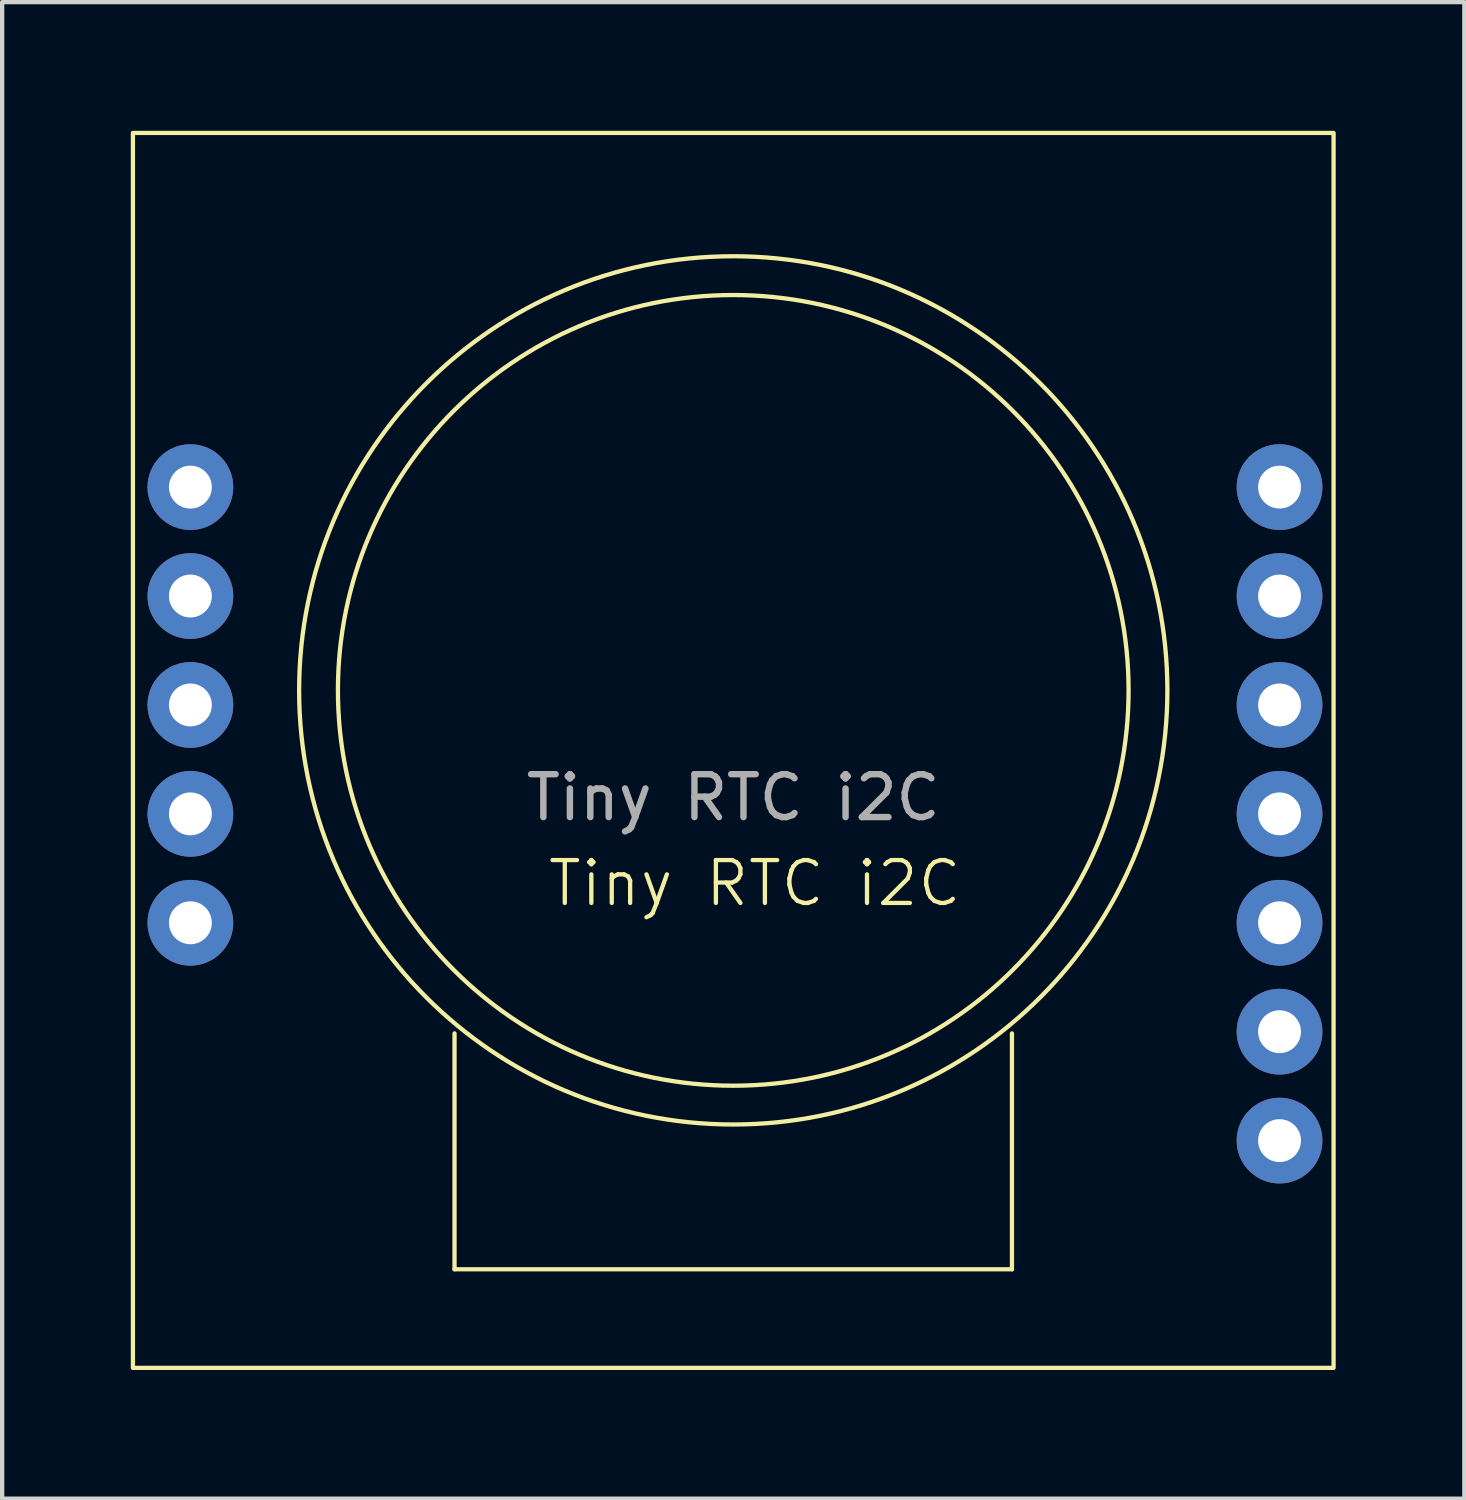
<source format=kicad_pcb>
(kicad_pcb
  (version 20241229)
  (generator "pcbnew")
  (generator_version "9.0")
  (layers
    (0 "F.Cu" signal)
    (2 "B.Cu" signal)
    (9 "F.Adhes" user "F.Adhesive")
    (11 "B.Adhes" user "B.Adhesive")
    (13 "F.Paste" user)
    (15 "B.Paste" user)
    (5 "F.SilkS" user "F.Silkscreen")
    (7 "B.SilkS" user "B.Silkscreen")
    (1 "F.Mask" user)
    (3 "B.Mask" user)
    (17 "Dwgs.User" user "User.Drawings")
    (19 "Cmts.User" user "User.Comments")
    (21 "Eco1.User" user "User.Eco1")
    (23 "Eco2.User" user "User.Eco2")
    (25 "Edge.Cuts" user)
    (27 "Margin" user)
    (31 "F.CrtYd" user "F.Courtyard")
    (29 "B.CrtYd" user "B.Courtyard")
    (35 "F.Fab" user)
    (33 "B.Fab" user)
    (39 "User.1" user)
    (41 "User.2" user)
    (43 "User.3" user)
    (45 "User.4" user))
  (footprint "Tiny RTC i2C"
    (layer "F.Cu")
    (at 11.55 23.55)
    (property "Reference" "Tiny RTC i2C" (at 3 -6 0) (unlocked yes) (layer "F.SilkS") (effects (font (size 1 1) (thickness 0.1))))
    (attr through_hole)
    (fp_line (start -4 3) (end -4 -2.5) (stroke (width 0.1) (type default)) (layer "F.SilkS"))
    (fp_line (start 9 3) (end -4 3) (stroke (width 0.1) (type default)) (layer "F.SilkS"))
    (fp_line (start 9 3) (end 9 -2.5) (stroke (width 0.1) (type default)) (layer "F.SilkS"))
    (fp_rect (start -11.5 -23.5) (end 16.5 5.3) (stroke (width 0.1) (type default)) (fill no) (layer "F.SilkS"))
    (fp_circle (center 2.5 -10.5) (end 4.5 -1.5) (stroke (width 0.1) (type default)) (fill no) (layer "F.SilkS"))
    (fp_circle (center 2.5 -10.5) (end 8 -2) (stroke (width 0.1) (type default)) (fill no) (layer "F.SilkS"))
    (fp_text user "${REFERENCE}" (at 2.5 -8 0) (unlocked yes) (layer "F.Fab") (effects (font (size 1 1) (thickness 0.15))))
    (pad "1" thru_hole circle (at 15.24 0) (size 2 2) (drill 1) (layers "*.Cu" "*.Mask"))
    (pad "2" thru_hole circle (at 15.24 -2.54) (size 2 2) (drill 1) (layers "*.Cu" "*.Mask"))
    (pad "3" thru_hole circle (at 15.24 -5.08) (size 2 2) (drill 1) (layers "*.Cu" "*.Mask"))
    (pad "4" thru_hole circle (at 15.24 -7.62) (size 2 2) (drill 1) (layers "*.Cu" "*.Mask"))
    (pad "5" thru_hole circle (at 15.24 -10.16) (size 2 2) (drill 1) (layers "*.Cu" "*.Mask"))
    (pad "6" thru_hole circle (at 15.24 -12.7) (size 2 2) (drill 1) (layers "*.Cu" "*.Mask"))
    (pad "7" thru_hole circle (at 15.24 -15.24) (size 2 2) (drill 1) (layers "*.Cu" "*.Mask"))
    (pad "8" thru_hole circle (at -10.16 -15.24) (size 2 2) (drill 1) (layers "*.Cu" "*.Mask"))
    (pad "9" thru_hole circle (at -10.16 -12.7) (size 2 2) (drill 1) (layers "*.Cu" "*.Mask"))
    (pad "10" thru_hole circle (at -10.16 -10.16) (size 2 2) (drill 1) (layers "*.Cu" "*.Mask"))
    (pad "11" thru_hole circle (at -10.16 -7.62) (size 2 2) (drill 1) (layers "*.Cu" "*.Mask"))
    (pad "12" thru_hole circle (at -10.16 -5.08) (size 2 2) (drill 1) (layers "*.Cu" "*.Mask")))
  (gr_rect
    (start -3 -3)
    (end 31.1 31.9)
    (stroke (width 0.1) (type default))
    (fill no)
    (layer "Edge.Cuts")))
</source>
